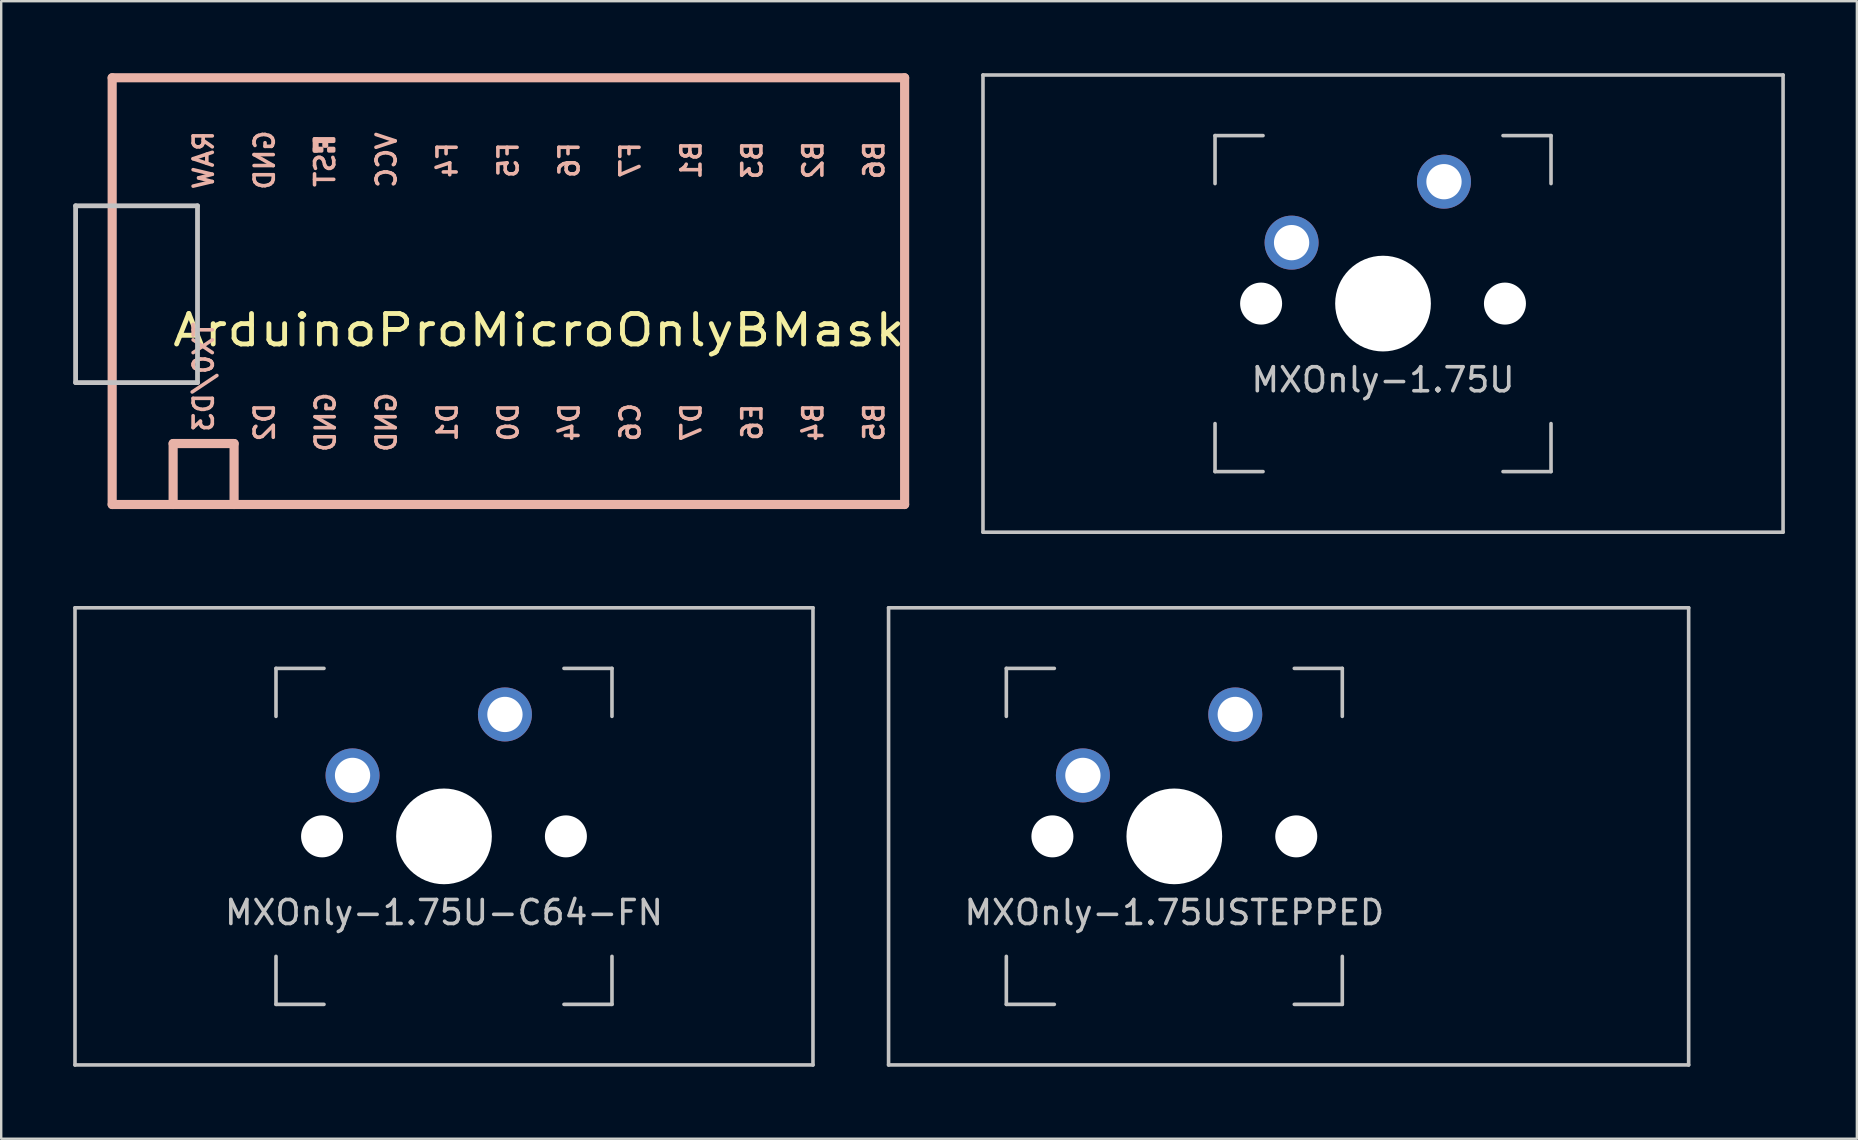
<source format=kicad_pcb>
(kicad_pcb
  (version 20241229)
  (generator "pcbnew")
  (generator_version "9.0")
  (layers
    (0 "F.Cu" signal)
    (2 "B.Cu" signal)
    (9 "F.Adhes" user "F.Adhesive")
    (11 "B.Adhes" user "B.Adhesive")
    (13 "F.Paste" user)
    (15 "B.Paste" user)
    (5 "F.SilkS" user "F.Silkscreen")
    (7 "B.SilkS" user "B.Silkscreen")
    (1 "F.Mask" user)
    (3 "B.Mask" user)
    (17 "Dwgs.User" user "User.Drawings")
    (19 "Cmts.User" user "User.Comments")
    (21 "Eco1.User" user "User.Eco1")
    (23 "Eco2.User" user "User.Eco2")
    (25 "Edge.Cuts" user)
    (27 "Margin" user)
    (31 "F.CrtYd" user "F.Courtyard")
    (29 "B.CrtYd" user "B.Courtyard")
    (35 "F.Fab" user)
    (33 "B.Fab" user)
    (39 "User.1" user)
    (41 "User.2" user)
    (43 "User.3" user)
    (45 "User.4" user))
  (footprint "MXOnly-1.75U"
    (layer "F.Cu")
    (at 54.578 9.6)
    (property "Reference" "MXOnly-1.75U" (at 0 3.175 0) (layer "Dwgs.User") (effects (font (size 1 1) (thickness 0.15))))
    (attr through_hole)
    (fp_line (start -16.669 -9.525) (end 16.669 -9.525) (stroke (width 0.15) (type solid)) (layer "Dwgs.User"))
    (fp_line (start -16.669 9.525) (end -16.669 -9.525) (stroke (width 0.15) (type solid)) (layer "Dwgs.User"))
    (fp_line (start -16.669 9.525) (end 16.669 9.525) (stroke (width 0.15) (type solid)) (layer "Dwgs.User"))
    (fp_line (start -7 -7) (end -7 -5) (stroke (width 0.15) (type solid)) (layer "Dwgs.User"))
    (fp_line (start -7 5) (end -7 7) (stroke (width 0.15) (type solid)) (layer "Dwgs.User"))
    (fp_line (start -7 7) (end -5 7) (stroke (width 0.15) (type solid)) (layer "Dwgs.User"))
    (fp_line (start -5 -7) (end -7 -7) (stroke (width 0.15) (type solid)) (layer "Dwgs.User"))
    (fp_line (start 5 -7) (end 7 -7) (stroke (width 0.15) (type solid)) (layer "Dwgs.User"))
    (fp_line (start 5 7) (end 7 7) (stroke (width 0.15) (type solid)) (layer "Dwgs.User"))
    (fp_line (start 7 -7) (end 7 -5) (stroke (width 0.15) (type solid)) (layer "Dwgs.User"))
    (fp_line (start 7 7) (end 7 5) (stroke (width 0.15) (type solid)) (layer "Dwgs.User"))
    (fp_line (start 16.669 -9.525) (end 16.669 9.525) (stroke (width 0.15) (type solid)) (layer "Dwgs.User"))
    (pad "" np_thru_hole circle (at -5.08 0 48.1) (size 1.75 1.75) (drill 1.75) (layers "*.Cu" "*.Mask"))
    (pad "" np_thru_hole circle (at 0 0) (size 3.988 3.988) (drill 3.988) (layers "*.Cu" "*.Mask"))
    (pad "" np_thru_hole circle (at 5.08 0 48.1) (size 1.75 1.75) (drill 1.75) (layers "*.Cu" "*.Mask"))
    (pad "1" thru_hole circle (at -3.81 -2.54) (size 2.25 2.25) (drill 1.47) (layers "*.Cu" "*.Mask"))
    (pad "2" thru_hole circle (at 2.54 -5.08) (size 2.25 2.25) (drill 1.47) (layers "*.Cu" "*.Mask")))
  (footprint "MXOnly-1.75USTEPPED"
    (layer "F.Cu")
    (at 50.644 31.8)
    (property "Reference" "MXOnly-1.75USTEPPED" (at -4.763 3.175 0) (layer "Dwgs.User") (effects (font (size 1 1) (thickness 0.15))))
    (attr through_hole)
    (fp_line (start -16.669 -9.525) (end 16.669 -9.525) (stroke (width 0.15) (type solid)) (layer "Dwgs.User"))
    (fp_line (start -16.669 9.525) (end -16.669 -9.525) (stroke (width 0.15) (type solid)) (layer "Dwgs.User"))
    (fp_line (start -16.669 9.525) (end 16.669 9.525) (stroke (width 0.15) (type solid)) (layer "Dwgs.User"))
    (fp_line (start -11.762 -7) (end -11.762 -5) (stroke (width 0.15) (type solid)) (layer "Dwgs.User"))
    (fp_line (start -11.762 5) (end -11.762 7) (stroke (width 0.15) (type solid)) (layer "Dwgs.User"))
    (fp_line (start -11.762 7) (end -9.762 7) (stroke (width 0.15) (type solid)) (layer "Dwgs.User"))
    (fp_line (start -9.762 -7) (end -11.762 -7) (stroke (width 0.15) (type solid)) (layer "Dwgs.User"))
    (fp_line (start 0.237 -7) (end 2.237 -7) (stroke (width 0.15) (type solid)) (layer "Dwgs.User"))
    (fp_line (start 0.237 7) (end 2.237 7) (stroke (width 0.15) (type solid)) (layer "Dwgs.User"))
    (fp_line (start 2.237 -7) (end 2.237 -5) (stroke (width 0.15) (type solid)) (layer "Dwgs.User"))
    (fp_line (start 2.237 7) (end 2.237 5) (stroke (width 0.15) (type solid)) (layer "Dwgs.User"))
    (fp_line (start 16.669 -9.525) (end 16.669 9.525) (stroke (width 0.15) (type solid)) (layer "Dwgs.User"))
    (pad "" np_thru_hole circle (at -9.842 0 48.1) (size 1.75 1.75) (drill 1.75) (layers "*.Cu" "*.Mask"))
    (pad "" np_thru_hole circle (at -4.763 0) (size 3.988 3.988) (drill 3.988) (layers "*.Cu" "*.Mask"))
    (pad "" np_thru_hole circle (at 0.318 0 48.1) (size 1.75 1.75) (drill 1.75) (layers "*.Cu" "*.Mask"))
    (pad "1" thru_hole circle (at -8.572 -2.54) (size 2.25 2.25) (drill 1.47) (layers "*.Cu" "*.Mask"))
    (pad "2" thru_hole circle (at -2.223 -5.08) (size 2.25 2.25) (drill 1.47) (layers "*.Cu" "*.Mask")))
  (footprint "ArduinoProMicroOnlyBMask"
    (layer "F.Cu")
    (at 19.404 9.081)
    (property "Reference" "ArduinoProMicroOnlyBMask" (at 0 1.625 0) (layer "F.SilkS") (effects (font (size 1.27 1.524) (thickness 0.203))))
    (attr through_hole)
    (fp_line (start -17.78 -8.89) (end -17.78 8.89) (stroke (width 0.381) (type solid)) (layer "B.SilkS"))
    (fp_line (start -17.78 8.89) (end 15.24 8.89) (stroke (width 0.381) (type solid)) (layer "B.SilkS"))
    (fp_line (start -15.24 6.35) (end -15.24 8.89) (stroke (width 0.381) (type solid)) (layer "B.SilkS"))
    (fp_line (start -15.24 6.35) (end -12.7 6.35) (stroke (width 0.381) (type solid)) (layer "B.SilkS"))
    (fp_line (start -12.7 6.35) (end -12.7 8.89) (stroke (width 0.381) (type solid)) (layer "B.SilkS"))
    (fp_line (start 15.24 -8.89) (end -17.78 -8.89) (stroke (width 0.381) (type solid)) (layer "B.SilkS"))
    (fp_line (start 15.24 8.89) (end 15.24 -8.89) (stroke (width 0.381) (type solid)) (layer "B.SilkS"))
    (fp_poly (pts (xy -9.351 -6.245) (xy -8.551 -6.245) (xy -8.551 -6.345) (xy -9.351 -6.345)) (stroke (width 0.15) (type solid)) (fill yes) (layer "B.SilkS"))
    (fp_poly (pts (xy -9.351 -5.845) (xy -9.251 -5.845) (xy -9.251 -6.345) (xy -9.351 -6.345)) (stroke (width 0.15) (type solid)) (fill yes) (layer "B.SilkS"))
    (fp_poly (pts (xy -9.351 -5.845) (xy -9.051 -5.845) (xy -9.051 -5.945) (xy -9.351 -5.945)) (stroke (width 0.15) (type solid)) (fill yes) (layer "B.SilkS"))
    (fp_poly (pts (xy -8.951 -6.045) (xy -8.851 -6.045) (xy -8.851 -6.145) (xy -8.951 -6.145)) (stroke (width 0.15) (type solid)) (fill yes) (layer "B.SilkS"))
    (fp_poly (pts (xy -8.751 -5.845) (xy -8.551 -5.845) (xy -8.551 -5.945) (xy -8.751 -5.945)) (stroke (width 0.15) (type solid)) (fill yes) (layer "B.SilkS"))
    (fp_line (start -19.304 -3.556) (end -14.224 -3.556) (stroke (width 0.2) (type solid)) (layer "Dwgs.User"))
    (fp_line (start -19.304 3.81) (end -19.304 -3.556) (stroke (width 0.2) (type solid)) (layer "Dwgs.User"))
    (fp_line (start -14.224 -3.556) (end -14.224 3.81) (stroke (width 0.2) (type solid)) (layer "Dwgs.User"))
    (fp_line (start -14.224 3.81) (end -19.304 3.81) (stroke (width 0.2) (type solid)) (layer "Dwgs.User"))
    (fp_text user "C6" (at 3.81 5.461 90) (layer "B.SilkS") (effects (font (size 0.8 0.8) (thickness 0.15)) (justify mirror)))
    (fp_text user "F6" (at 1.27 -5.461 90) (layer "B.SilkS") (effects (font (size 0.8 0.8) (thickness 0.15)) (justify mirror)))
    (fp_text user "F5" (at -1.27 -5.461 90) (layer "B.SilkS") (effects (font (size 0.8 0.8) (thickness 0.15)) (justify mirror)))
    (fp_text user "ST" (at -8.91 -5.04 90) (layer "B.SilkS") (effects (font (size 0.8 0.8) (thickness 0.15)) (justify mirror)))
    (fp_text user "D1" (at -3.81 5.461 90) (layer "B.SilkS") (effects (font (size 0.8 0.8) (thickness 0.15)) (justify mirror)))
    (fp_text user "VCC" (at -6.35 -5.461 90) (layer "B.SilkS") (effects (font (size 0.8 0.8) (thickness 0.15)) (justify mirror)))
    (fp_text user "B6" (at 13.97 -5.461 90) (layer "B.SilkS") (effects (font (size 0.8 0.8) (thickness 0.15)) (justify mirror)))
    (fp_text user "B2" (at 11.43 -5.461 90) (layer "B.SilkS") (effects (font (size 0.8 0.8) (thickness 0.15)) (justify mirror)))
    (fp_text user "GND" (at -8.89 5.461 90) (layer "B.SilkS") (effects (font (size 0.8 0.8) (thickness 0.15)) (justify mirror)))
    (fp_text user "B4" (at 11.43 5.461 90) (layer "B.SilkS") (effects (font (size 0.8 0.8) (thickness 0.15)) (justify mirror)))
    (fp_text user "F7" (at 3.81 -5.461 90) (layer "B.SilkS") (effects (font (size 0.8 0.8) (thickness 0.15)) (justify mirror)))
    (fp_text user "GND" (at -11.43 -5.461 90) (layer "B.SilkS") (effects (font (size 0.8 0.8) (thickness 0.15)) (justify mirror)))
    (fp_text user "D7" (at 6.35 5.461 90) (layer "B.SilkS") (effects (font (size 0.8 0.8) (thickness 0.15)) (justify mirror)))
    (fp_text user "D4" (at 1.27 5.461 90) (layer "B.SilkS") (effects (font (size 0.8 0.8) (thickness 0.15)) (justify mirror)))
    (fp_text user "B3" (at 8.89 -5.461 90) (layer "B.SilkS") (effects (font (size 0.8 0.8) (thickness 0.15)) (justify mirror)))
    (fp_text user "D2" (at -11.43 5.461 90) (layer "B.SilkS") (effects (font (size 0.8 0.8) (thickness 0.15)) (justify mirror)))
    (fp_text user "GND" (at -6.35 5.461 90) (layer "B.SilkS") (effects (font (size 0.8 0.8) (thickness 0.15)) (justify mirror)))
    (fp_text user "B5" (at 13.97 5.461 90) (layer "B.SilkS") (effects (font (size 0.8 0.8) (thickness 0.15)) (justify mirror)))
    (fp_text user "B1" (at 6.35 -5.461 90) (layer "B.SilkS") (effects (font (size 0.8 0.8) (thickness 0.15)) (justify mirror)))
    (fp_text user "D0" (at -1.27 5.461 90) (layer "B.SilkS") (effects (font (size 0.8 0.8) (thickness 0.15)) (justify mirror)))
    (fp_text user "E6" (at 8.89 5.461 90) (layer "B.SilkS") (effects (font (size 0.8 0.8) (thickness 0.15)) (justify mirror)))
    (fp_text user "RAW" (at -13.97 -5.461 90) (layer "B.SilkS") (effects (font (size 0.8 0.8) (thickness 0.15)) (justify mirror)))
    (fp_text user "TX0/D3" (at -13.97 3.572 90) (layer "B.SilkS") (effects (font (size 0.8 0.8) (thickness 0.15)) (justify mirror)))
    (fp_text user "F4" (at -3.81 -5.461 90) (layer "B.SilkS") (effects (font (size 0.8 0.8) (thickness 0.15)) (justify mirror))))
  (footprint "MXOnly-1.75U-C64-FN"
    (layer "F.Cu")
    (at 15.45 31.8)
    (property "Reference" "MXOnly-1.75U-C64-FN" (at 0 3.175 0) (layer "Dwgs.User") (effects (font (size 1 1) (thickness 0.15))))
    (attr through_hole)
    (fp_line (start -15.375 -9.525) (end 15.375 -9.525) (stroke (width 0.15) (type solid)) (layer "Dwgs.User"))
    (fp_line (start -15.375 9.525) (end -15.375 -9.525) (stroke (width 0.15) (type solid)) (layer "Dwgs.User"))
    (fp_line (start -15.375 9.525) (end 15.375 9.525) (stroke (width 0.15) (type solid)) (layer "Dwgs.User"))
    (fp_line (start -7 -7) (end -7 -5) (stroke (width 0.15) (type solid)) (layer "Dwgs.User"))
    (fp_line (start -7 5) (end -7 7) (stroke (width 0.15) (type solid)) (layer "Dwgs.User"))
    (fp_line (start -7 7) (end -5 7) (stroke (width 0.15) (type solid)) (layer "Dwgs.User"))
    (fp_line (start -5 -7) (end -7 -7) (stroke (width 0.15) (type solid)) (layer "Dwgs.User"))
    (fp_line (start 5 -7) (end 7 -7) (stroke (width 0.15) (type solid)) (layer "Dwgs.User"))
    (fp_line (start 5 7) (end 7 7) (stroke (width 0.15) (type solid)) (layer "Dwgs.User"))
    (fp_line (start 7 -7) (end 7 -5) (stroke (width 0.15) (type solid)) (layer "Dwgs.User"))
    (fp_line (start 7 7) (end 7 5) (stroke (width 0.15) (type solid)) (layer "Dwgs.User"))
    (fp_line (start 15.375 -9.525) (end 15.375 9.525) (stroke (width 0.15) (type solid)) (layer "Dwgs.User"))
    (pad "" np_thru_hole circle (at -5.08 0 48.1) (size 1.75 1.75) (drill 1.75) (layers "*.Cu" "*.Mask"))
    (pad "" np_thru_hole circle (at 0 0) (size 3.988 3.988) (drill 3.988) (layers "*.Cu" "*.Mask"))
    (pad "" np_thru_hole circle (at 5.08 0 48.1) (size 1.75 1.75) (drill 1.75) (layers "*.Cu" "*.Mask"))
    (pad "1" thru_hole circle (at -3.81 -2.54) (size 2.25 2.25) (drill 1.47) (layers "*.Cu" "B.Mask"))
    (pad "2" thru_hole circle (at 2.54 -5.08) (size 2.25 2.25) (drill 1.47) (layers "*.Cu" "B.Mask")))
  (gr_rect
    (start -3 -3)
    (end 74.322 44.4)
    (stroke (width 0.1) (type default))
    (fill no)
    (layer "Edge.Cuts")))
</source>
